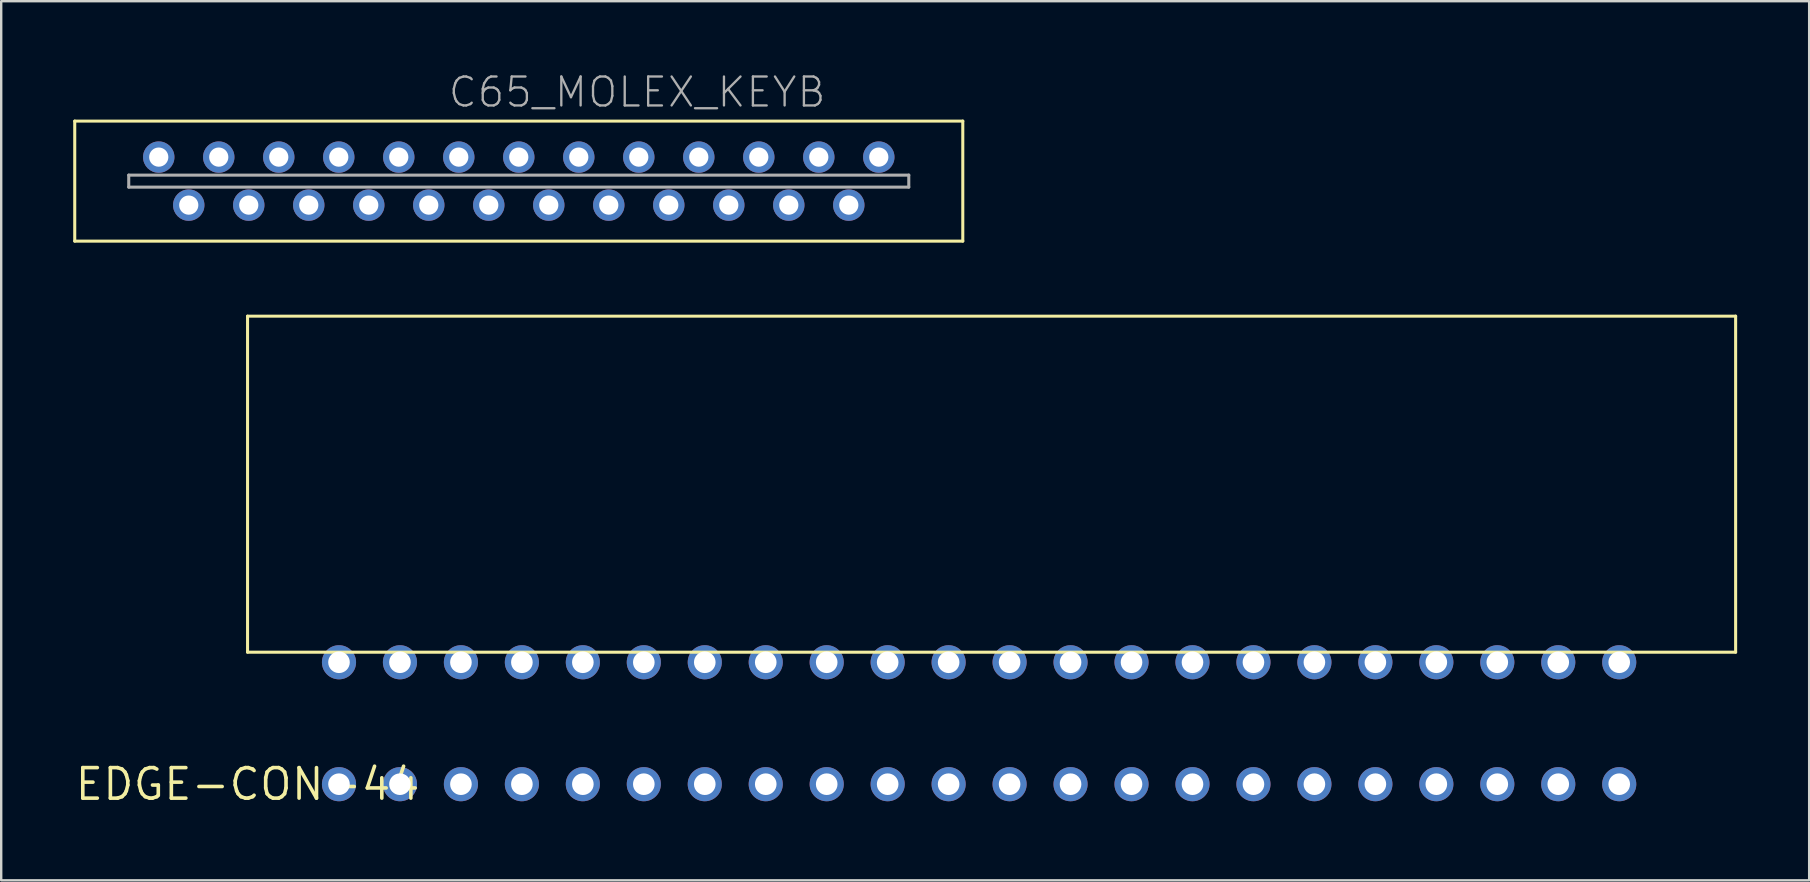
<source format=kicad_pcb>
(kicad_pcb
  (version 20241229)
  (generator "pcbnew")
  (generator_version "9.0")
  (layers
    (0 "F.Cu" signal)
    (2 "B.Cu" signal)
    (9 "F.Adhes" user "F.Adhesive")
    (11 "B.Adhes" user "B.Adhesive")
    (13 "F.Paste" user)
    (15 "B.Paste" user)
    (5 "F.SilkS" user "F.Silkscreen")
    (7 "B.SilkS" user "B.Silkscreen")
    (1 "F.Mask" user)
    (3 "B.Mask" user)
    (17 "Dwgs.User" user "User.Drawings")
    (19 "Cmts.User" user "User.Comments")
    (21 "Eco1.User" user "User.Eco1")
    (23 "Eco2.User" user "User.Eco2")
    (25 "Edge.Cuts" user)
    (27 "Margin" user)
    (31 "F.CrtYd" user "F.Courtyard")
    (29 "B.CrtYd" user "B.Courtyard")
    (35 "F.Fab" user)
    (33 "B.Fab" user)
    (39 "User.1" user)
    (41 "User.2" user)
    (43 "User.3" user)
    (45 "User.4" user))
  (footprint "EDGE-CON-44"
    (layer "F.Cu")
    (at 7.264 29.623)
    (property "Reference" "EDGE-CON-44" (at 0 0 0) (layer "F.SilkS") (effects (font (size 1.27 1.27) (thickness 0.15))))
    (attr through_hole)
    (fp_line (start 0 -19.5) (end 0 -5.5) (stroke (width 0.127) (type solid)) (layer "F.SilkS"))
    (fp_line (start 0 -5.5) (end 62 -5.5) (stroke (width 0.127) (type solid)) (layer "F.SilkS"))
    (fp_line (start 62 -19.5) (end 0 -19.5) (stroke (width 0.127) (type solid)) (layer "F.SilkS"))
    (fp_line (start 62 -5.5) (end 62 -19.5) (stroke (width 0.127) (type solid)) (layer "F.SilkS"))
    (pad "1" thru_hole circle (at 3.81 0) (size 1.422 1.422) (drill 0.9) (layers "*.Cu" "*.Mask"))
    (pad "2" thru_hole circle (at 6.35 0) (size 1.422 1.422) (drill 0.9) (layers "*.Cu" "*.Mask"))
    (pad "3" thru_hole circle (at 8.89 0) (size 1.422 1.422) (drill 0.9) (layers "*.Cu" "*.Mask"))
    (pad "4" thru_hole circle (at 11.43 0) (size 1.422 1.422) (drill 0.9) (layers "*.Cu" "*.Mask"))
    (pad "5" thru_hole circle (at 13.97 0) (size 1.422 1.422) (drill 0.9) (layers "*.Cu" "*.Mask"))
    (pad "6" thru_hole circle (at 16.51 0) (size 1.422 1.422) (drill 0.9) (layers "*.Cu" "*.Mask"))
    (pad "7" thru_hole circle (at 19.05 0) (size 1.422 1.422) (drill 0.9) (layers "*.Cu" "*.Mask"))
    (pad "8" thru_hole circle (at 21.59 0) (size 1.422 1.422) (drill 0.9) (layers "*.Cu" "*.Mask"))
    (pad "9" thru_hole circle (at 24.13 0) (size 1.422 1.422) (drill 0.9) (layers "*.Cu" "*.Mask"))
    (pad "10" thru_hole circle (at 26.67 0) (size 1.422 1.422) (drill 0.9) (layers "*.Cu" "*.Mask"))
    (pad "11" thru_hole circle (at 29.21 0) (size 1.422 1.422) (drill 0.9) (layers "*.Cu" "*.Mask"))
    (pad "12" thru_hole circle (at 31.75 0) (size 1.422 1.422) (drill 0.9) (layers "*.Cu" "*.Mask"))
    (pad "13" thru_hole circle (at 34.29 0) (size 1.422 1.422) (drill 0.9) (layers "*.Cu" "*.Mask"))
    (pad "14" thru_hole circle (at 36.83 0) (size 1.422 1.422) (drill 0.9) (layers "*.Cu" "*.Mask"))
    (pad "15" thru_hole circle (at 39.37 0) (size 1.422 1.422) (drill 0.9) (layers "*.Cu" "*.Mask"))
    (pad "16" thru_hole circle (at 41.91 0) (size 1.422 1.422) (drill 0.9) (layers "*.Cu" "*.Mask"))
    (pad "17" thru_hole circle (at 44.45 0) (size 1.422 1.422) (drill 0.9) (layers "*.Cu" "*.Mask"))
    (pad "18" thru_hole circle (at 46.99 0) (size 1.422 1.422) (drill 0.9) (layers "*.Cu" "*.Mask"))
    (pad "19" thru_hole circle (at 49.53 0) (size 1.422 1.422) (drill 0.9) (layers "*.Cu" "*.Mask"))
    (pad "20" thru_hole circle (at 52.07 0) (size 1.422 1.422) (drill 0.9) (layers "*.Cu" "*.Mask"))
    (pad "21" thru_hole circle (at 54.61 0) (size 1.422 1.422) (drill 0.9) (layers "*.Cu" "*.Mask"))
    (pad "22" thru_hole circle (at 57.15 0) (size 1.422 1.422) (drill 0.9) (layers "*.Cu" "*.Mask"))
    (pad "A" thru_hole circle (at 3.81 -5.08) (size 1.422 1.422) (drill 0.9) (layers "*.Cu" "*.Mask"))
    (pad "B" thru_hole circle (at 6.35 -5.08) (size 1.422 1.422) (drill 0.9) (layers "*.Cu" "*.Mask"))
    (pad "C" thru_hole circle (at 8.89 -5.08) (size 1.422 1.422) (drill 0.9) (layers "*.Cu" "*.Mask"))
    (pad "D" thru_hole circle (at 11.43 -5.08) (size 1.422 1.422) (drill 0.9) (layers "*.Cu" "*.Mask"))
    (pad "E" thru_hole circle (at 13.97 -5.08) (size 1.422 1.422) (drill 0.9) (layers "*.Cu" "*.Mask"))
    (pad "F" thru_hole circle (at 16.51 -5.08) (size 1.422 1.422) (drill 0.9) (layers "*.Cu" "*.Mask"))
    (pad "H" thru_hole circle (at 19.05 -5.08) (size 1.422 1.422) (drill 0.9) (layers "*.Cu" "*.Mask"))
    (pad "J" thru_hole circle (at 21.59 -5.08) (size 1.422 1.422) (drill 0.9) (layers "*.Cu" "*.Mask"))
    (pad "K" thru_hole circle (at 24.13 -5.08) (size 1.422 1.422) (drill 0.9) (layers "*.Cu" "*.Mask"))
    (pad "L" thru_hole circle (at 26.67 -5.08) (size 1.422 1.422) (drill 0.9) (layers "*.Cu" "*.Mask"))
    (pad "M" thru_hole circle (at 29.21 -5.08) (size 1.422 1.422) (drill 0.9) (layers "*.Cu" "*.Mask"))
    (pad "N" thru_hole circle (at 31.75 -5.08) (size 1.422 1.422) (drill 0.9) (layers "*.Cu" "*.Mask"))
    (pad "P" thru_hole circle (at 34.29 -5.08) (size 1.422 1.422) (drill 0.9) (layers "*.Cu" "*.Mask"))
    (pad "R" thru_hole circle (at 36.83 -5.08) (size 1.422 1.422) (drill 0.9) (layers "*.Cu" "*.Mask"))
    (pad "S" thru_hole circle (at 39.37 -5.08) (size 1.422 1.422) (drill 0.9) (layers "*.Cu" "*.Mask"))
    (pad "T" thru_hole circle (at 41.91 -5.08) (size 1.422 1.422) (drill 0.9) (layers "*.Cu" "*.Mask"))
    (pad "U" thru_hole circle (at 44.45 -5.08) (size 1.422 1.422) (drill 0.9) (layers "*.Cu" "*.Mask"))
    (pad "V" thru_hole circle (at 46.99 -5.08) (size 1.422 1.422) (drill 0.9) (layers "*.Cu" "*.Mask"))
    (pad "W" thru_hole circle (at 49.53 -5.08) (size 1.422 1.422) (drill 0.9) (layers "*.Cu" "*.Mask"))
    (pad "X" thru_hole circle (at 52.07 -5.08) (size 1.422 1.422) (drill 0.9) (layers "*.Cu" "*.Mask"))
    (pad "Y" thru_hole circle (at 54.61 -5.08) (size 1.422 1.422) (drill 0.9) (layers "*.Cu" "*.Mask"))
    (pad "Z" thru_hole circle (at 57.15 -5.08) (size 1.422 1.422) (drill 0.9) (layers "*.Cu" "*.Mask")))
  (footprint "C65_MOLEX_KEYB"
    (layer "F.Cu")
    (at 18.564 4.496)
    (property "Reference" "C65_MOLEX_KEYB" (at -3 -3 0) (layer "F.Fab") (effects (font (size 1.206 1.206) (thickness 0.097)) (justify left bottom)))
    (attr through_hole)
    (fp_line (start -18.5 -2.5) (end -18.5 2.5) (stroke (width 0.127) (type solid)) (layer "F.SilkS"))
    (fp_line (start -18.5 2.5) (end 18.5 2.5) (stroke (width 0.127) (type solid)) (layer "F.SilkS"))
    (fp_line (start 18.5 -2.5) (end -18.5 -2.5) (stroke (width 0.127) (type solid)) (layer "F.SilkS"))
    (fp_line (start 18.5 2.5) (end 18.5 -2.5) (stroke (width 0.127) (type solid)) (layer "F.SilkS"))
    (fp_line (start -16.25 -0.25) (end -16.25 0.25) (stroke (width 0.127) (type solid)) (layer "F.Fab"))
    (fp_line (start -16.25 0.25) (end 16.25 0.25) (stroke (width 0.127) (type solid)) (layer "F.Fab"))
    (fp_line (start 16.25 -0.25) (end -16.25 -0.25) (stroke (width 0.127) (type solid)) (layer "F.Fab"))
    (fp_line (start 16.25 0.25) (end 16.25 -0.25) (stroke (width 0.127) (type solid)) (layer "F.Fab"))
    (pad "1" thru_hole circle (at -15 -1) (size 1.308 1.308) (drill 0.8) (layers "*.Cu" "*.Mask"))
    (pad "2" thru_hole circle (at -13.75 1) (size 1.308 1.308) (drill 0.8) (layers "*.Cu" "*.Mask"))
    (pad "3" thru_hole circle (at -12.5 -1) (size 1.308 1.308) (drill 0.8) (layers "*.Cu" "*.Mask"))
    (pad "4" thru_hole circle (at -11.25 1) (size 1.308 1.308) (drill 0.8) (layers "*.Cu" "*.Mask"))
    (pad "5" thru_hole circle (at -10 -1) (size 1.308 1.308) (drill 0.8) (layers "*.Cu" "*.Mask"))
    (pad "6" thru_hole circle (at -8.75 1) (size 1.308 1.308) (drill 0.8) (layers "*.Cu" "*.Mask"))
    (pad "7" thru_hole circle (at -7.5 -1) (size 1.308 1.308) (drill 0.8) (layers "*.Cu" "*.Mask"))
    (pad "8" thru_hole circle (at -6.25 1) (size 1.308 1.308) (drill 0.8) (layers "*.Cu" "*.Mask"))
    (pad "9" thru_hole circle (at -5 -1) (size 1.308 1.308) (drill 0.8) (layers "*.Cu" "*.Mask"))
    (pad "10" thru_hole circle (at -3.75 1) (size 1.308 1.308) (drill 0.8) (layers "*.Cu" "*.Mask"))
    (pad "11" thru_hole circle (at -2.5 -1) (size 1.308 1.308) (drill 0.8) (layers "*.Cu" "*.Mask"))
    (pad "12" thru_hole circle (at -1.25 1) (size 1.308 1.308) (drill 0.8) (layers "*.Cu" "*.Mask"))
    (pad "13" thru_hole circle (at 0 -1) (size 1.308 1.308) (drill 0.8) (layers "*.Cu" "*.Mask"))
    (pad "14" thru_hole circle (at 1.25 1) (size 1.308 1.308) (drill 0.8) (layers "*.Cu" "*.Mask"))
    (pad "15" thru_hole circle (at 2.5 -1) (size 1.308 1.308) (drill 0.8) (layers "*.Cu" "*.Mask"))
    (pad "16" thru_hole circle (at 3.75 1) (size 1.308 1.308) (drill 0.8) (layers "*.Cu" "*.Mask"))
    (pad "17" thru_hole circle (at 5 -1) (size 1.308 1.308) (drill 0.8) (layers "*.Cu" "*.Mask"))
    (pad "18" thru_hole circle (at 6.25 1) (size 1.308 1.308) (drill 0.8) (layers "*.Cu" "*.Mask"))
    (pad "19" thru_hole circle (at 7.5 -1) (size 1.308 1.308) (drill 0.8) (layers "*.Cu" "*.Mask"))
    (pad "20" thru_hole circle (at 8.75 1) (size 1.308 1.308) (drill 0.8) (layers "*.Cu" "*.Mask"))
    (pad "21" thru_hole circle (at 10 -1) (size 1.308 1.308) (drill 0.8) (layers "*.Cu" "*.Mask"))
    (pad "22" thru_hole circle (at 11.25 1) (size 1.308 1.308) (drill 0.8) (layers "*.Cu" "*.Mask"))
    (pad "23" thru_hole circle (at 12.5 -1) (size 1.308 1.308) (drill 0.8) (layers "*.Cu" "*.Mask"))
    (pad "24" thru_hole circle (at 13.75 1) (size 1.308 1.308) (drill 0.8) (layers "*.Cu" "*.Mask"))
    (pad "25" thru_hole circle (at 15 -1) (size 1.308 1.308) (drill 0.8) (layers "*.Cu" "*.Mask")))
  (gr_rect
    (start -3 -3)
    (end 72.328 33.629)
    (stroke (width 0.1) (type default))
    (fill no)
    (layer "Edge.Cuts")))
</source>
